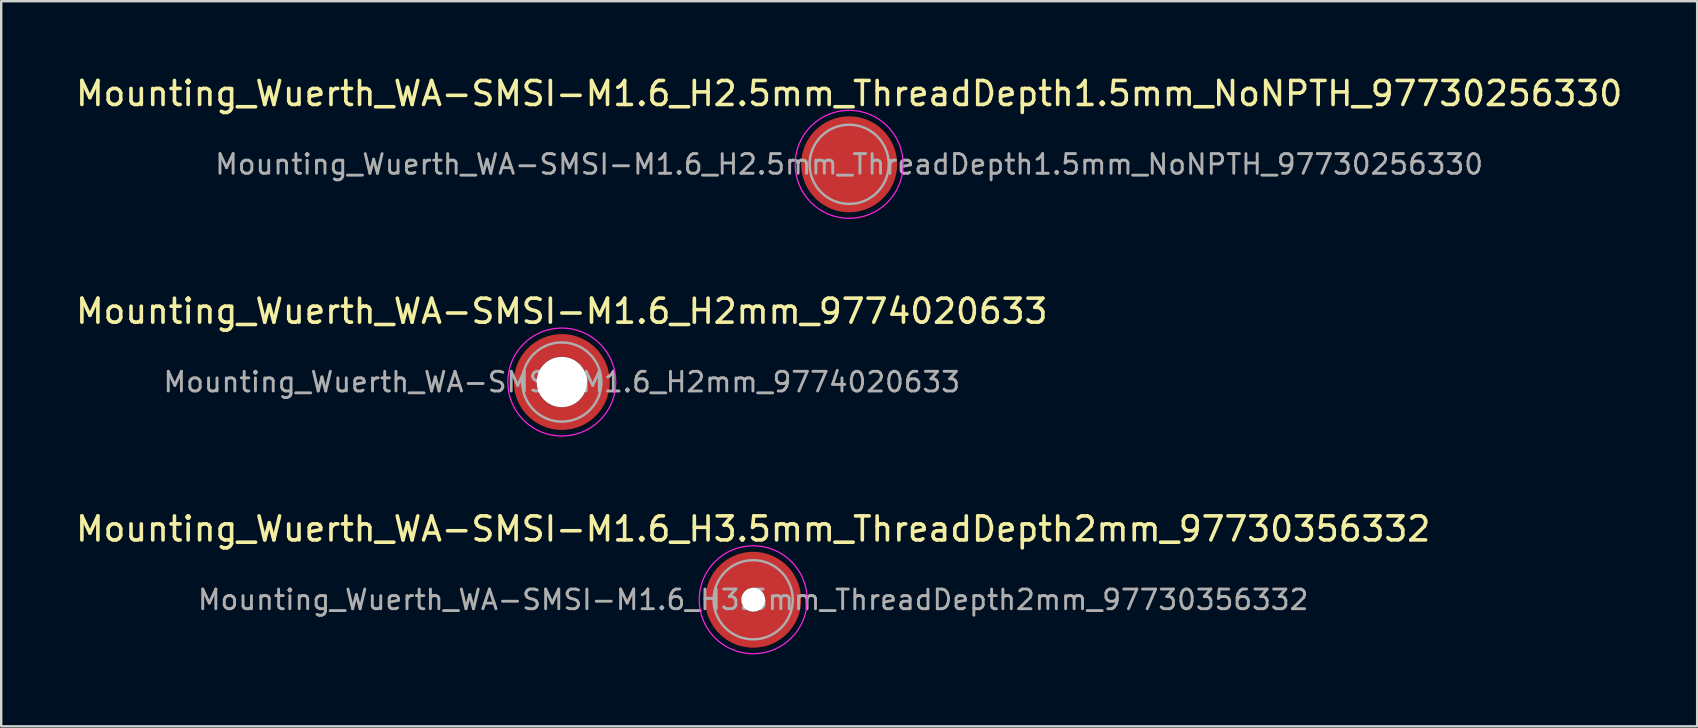
<source format=kicad_pcb>
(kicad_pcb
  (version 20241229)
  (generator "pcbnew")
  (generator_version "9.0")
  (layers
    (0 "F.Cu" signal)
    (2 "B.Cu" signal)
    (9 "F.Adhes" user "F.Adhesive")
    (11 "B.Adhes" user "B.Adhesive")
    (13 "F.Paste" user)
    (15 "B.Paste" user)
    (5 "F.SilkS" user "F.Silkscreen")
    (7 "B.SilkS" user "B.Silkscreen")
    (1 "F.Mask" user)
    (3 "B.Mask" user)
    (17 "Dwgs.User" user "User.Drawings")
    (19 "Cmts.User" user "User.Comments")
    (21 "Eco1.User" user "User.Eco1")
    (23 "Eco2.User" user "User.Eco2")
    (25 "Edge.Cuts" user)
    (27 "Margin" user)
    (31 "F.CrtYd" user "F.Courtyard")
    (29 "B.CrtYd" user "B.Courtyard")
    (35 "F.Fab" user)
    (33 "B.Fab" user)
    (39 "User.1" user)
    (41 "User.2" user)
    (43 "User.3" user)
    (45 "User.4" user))
  (footprint "Mounting_Wuerth_WA-SMSI-M1.6_H2mm_9774020633"
    (layer "F.Cu")
    (at 20.363 12.871)
    (property "Reference" "Mounting_Wuerth_WA-SMSI-M1.6_H2mm_9774020633" (at 0 -2.95 0) (layer "F.SilkS") (effects (font (size 1 1) (thickness 0.15))))
    (attr smd allow_soldermask_bridges)
    (fp_circle (center 0 0) (end 2.25 0) (stroke (width 0.05) (type solid)) (fill no) (layer "F.CrtYd"))
    (fp_circle (center 0 0) (end 1.65 0) (stroke (width 0.1) (type solid)) (fill no) (layer "F.Fab"))
    (fp_text user "${REFERENCE}" (at 0 0 0) (layer "F.Fab") (effects (font (size 0.82 0.82) (thickness 0.12))))
    (pad "" smd custom (at -1.061 -1.061) (size 0.4 0.4) (layers "F.Paste") (options (anchor circle)) (primitives (gr_arc (start -0.101235 0.76066) (mid 0.212132 0.212132) (end 0.76066 -0.101235) (width 0.2)) (gr_arc (start -0.204251 0.76066) (mid 0.141421 0.141421) (end 0.76066 -0.204251) (width 0.2)) (gr_arc (start -0.306819 0.76066) (mid 0.070711 0.070711) (end 0.76066 -0.306819) (width 0.2)) (gr_arc (start -0.409034 0.76066) (mid 0 0) (end 0.76066 -0.409034) (width 0.2)) (gr_arc (start -0.510963 0.76066) (mid -0.070711 -0.070711) (end 0.76066 -0.510963) (width 0.2)) (gr_arc (start -0.61266 0.76066) (mid -0.141421 -0.141421) (end 0.76066 -0.61266) (width 0.2)) (gr_arc (start -0.714164 0.76066) (mid -0.212132 -0.212132) (end 0.76066 -0.714164) (width 0.2)) (gr_line (start 0.761 -0.101) (end 0.761 -0.714) (width 0.2)) (gr_line (start -0.101 0.761) (end -0.714 0.761) (width 0.2))))
    (pad "" smd custom (at -1.061 1.061) (size 0.4 0.4) (layers "F.Paste") (options (anchor circle)) (primitives (gr_arc (start 0.76066 0.101235) (mid 0.212132 -0.212132) (end -0.101235 -0.76066) (width 0.2)) (gr_arc (start 0.76066 0.204251) (mid 0.141421 -0.141421) (end -0.204251 -0.76066) (width 0.2)) (gr_arc (start 0.76066 0.306819) (mid 0.070711 -0.070711) (end -0.306819 -0.76066) (width 0.2)) (gr_arc (start 0.76066 0.409034) (mid 0 0) (end -0.409034 -0.76066) (width 0.2)) (gr_arc (start 0.76066 0.510963) (mid -0.070711 0.070711) (end -0.510963 -0.76066) (width 0.2)) (gr_arc (start 0.76066 0.61266) (mid -0.141421 0.141421) (end -0.61266 -0.76066) (width 0.2)) (gr_arc (start 0.76066 0.714164) (mid -0.212132 0.212132) (end -0.714164 -0.76066) (width 0.2)) (gr_line (start -0.101 -0.761) (end -0.714 -0.761) (width 0.2)) (gr_line (start 0.761 0.101) (end 0.761 0.714) (width 0.2))))
    (pad "" np_thru_hole circle (at 0 0) (size 2.1 2.1) (drill 2.1) (layers "*.Cu" "*.Mask"))
    (pad "" smd custom (at 1.061 -1.061) (size 0.4 0.4) (layers "F.Paste") (options (anchor circle)) (primitives (gr_arc (start -0.76066 -0.101235) (mid -0.212132 0.212132) (end 0.101235 0.76066) (width 0.2)) (gr_arc (start -0.76066 -0.204251) (mid -0.141421 0.141421) (end 0.204251 0.76066) (width 0.2)) (gr_arc (start -0.76066 -0.306819) (mid -0.070711 0.070711) (end 0.306819 0.76066) (width 0.2)) (gr_arc (start -0.76066 -0.409034) (mid 0 0) (end 0.409034 0.76066) (width 0.2)) (gr_arc (start -0.76066 -0.510963) (mid 0.070711 -0.070711) (end 0.510963 0.76066) (width 0.2)) (gr_arc (start -0.76066 -0.61266) (mid 0.141421 -0.141421) (end 0.61266 0.76066) (width 0.2)) (gr_arc (start -0.76066 -0.714164) (mid 0.212132 -0.212132) (end 0.714164 0.76066) (width 0.2)) (gr_line (start 0.101 0.761) (end 0.714 0.761) (width 0.2)) (gr_line (start -0.761 -0.101) (end -0.761 -0.714) (width 0.2))))
    (pad "" smd custom (at 1.061 1.061) (size 0.4 0.4) (layers "F.Paste") (options (anchor circle)) (primitives (gr_arc (start 0.101235 -0.76066) (mid -0.212132 -0.212132) (end -0.76066 0.101235) (width 0.2)) (gr_arc (start 0.204251 -0.76066) (mid -0.141421 -0.141421) (end -0.76066 0.204251) (width 0.2)) (gr_arc (start 0.306819 -0.76066) (mid -0.070711 -0.070711) (end -0.76066 0.306819) (width 0.2)) (gr_arc (start 0.409034 -0.76066) (mid 0 0) (end -0.76066 0.409034) (width 0.2)) (gr_arc (start 0.510963 -0.76066) (mid 0.070711 0.070711) (end -0.76066 0.510963) (width 0.2)) (gr_arc (start 0.61266 -0.76066) (mid 0.141421 0.141421) (end -0.76066 0.61266) (width 0.2)) (gr_arc (start 0.714164 -0.76066) (mid 0.212132 0.212132) (end -0.76066 0.714164) (width 0.2)) (gr_line (start -0.761 0.101) (end -0.761 0.714) (width 0.2)) (gr_line (start 0.101 -0.761) (end 0.714 -0.761) (width 0.2))))
    (pad "1" smd circle (at -1.525 0) (size 0.442 0.442) (layers "F.Cu"))
    (pad "1" smd circle (at 0 -1.525) (size 0.442 0.442) (layers "F.Cu"))
    (pad "1" smd circle (at 0 1.525) (size 0.442 0.442) (layers "F.Cu"))
    (pad "1" smd custom (at 1.525 0) (size 0.95 0.95) (layers "F.Cu" "F.Mask") (options (anchor circle)) (primitives (gr_circle (center -1.525 0) (end 0 0) (width 0.95) (fill no)))))
  (footprint "Mounting_Wuerth_WA-SMSI-M1.6_H3.5mm_ThreadDepth2mm_97730356332"
    (layer "F.Cu")
    (at 28.339 21.945)
    (property "Reference" "Mounting_Wuerth_WA-SMSI-M1.6_H3.5mm_ThreadDepth2mm_97730356332" (at 0 -2.95 0) (layer "F.SilkS") (effects (font (size 1 1) (thickness 0.15))))
    (attr smd allow_soldermask_bridges)
    (fp_circle (center 0 0) (end 2.25 0) (stroke (width 0.05) (type solid)) (fill no) (layer "F.CrtYd"))
    (fp_circle (center 0 0) (end 1.65 0) (stroke (width 0.1) (type solid)) (fill no) (layer "F.Fab"))
    (fp_text user "${REFERENCE}" (at 0 0 0) (layer "F.Fab") (effects (font (size 0.82 0.82) (thickness 0.12))))
    (pad "" smd custom (at 0 -1.25) (size 0.65 0.65) (layers "F.Paste") (options (anchor circle)) (primitives (gr_arc (start -0.259808 0.6) (mid 0.392514 0.670403) (end 0.7 1.25) (width 0.2)) (gr_arc (start -0.466369 0.6) (mid 0.365311 0.538278) (end 0.8 1.25) (width 0.2)) (gr_arc (start -0.622495 0.6) (mid 0.35338 0.422279) (end 0.9 1.25) (width 0.2)) (gr_arc (start -0.759934 0.6) (mid 0.346458 0.311934) (end 1 1.25) (width 0.2)) (gr_arc (start -0.887412 0.6) (mid 0.341941 0.204497) (end 1.1 1.25) (width 0.2)) (gr_arc (start -1.008712 0.6) (mid 0.338781 0.098815) (end 1.2 1.25) (width 0.2)) (gr_arc (start -1.125833 0.6) (mid 0.336465 -0.005704) (end 1.3 1.25) (width 0.2)) (gr_arc (start -1.23996 0.6) (mid 0.334706 -0.109401) (end 1.4 1.25) (width 0.2)) (gr_arc (start -1.351851 0.6) (mid 0.333335 -0.212494) (end 1.5 1.25) (width 0.2)) (gr_arc (start -1.462019 0.6) (mid 0.332242 -0.315125) (end 1.6 1.25) (width 0.2)) (gr_arc (start -1.570828 0.6) (mid 0.331355 -0.417394) (end 1.7 1.25) (width 0.2)) (gr_arc (start -1.678541 0.6) (mid 0.330625 -0.519375) (end 1.8 1.25) (width 0.2)) (gr_line (start 0.7 1.25) (end 1.8 1.25) (width 0.2)) (gr_line (start -0.26 0.6) (end -1.679 0.6) (width 0.2))))
    (pad "" np_thru_hole circle (at 0 0) (size 1 1) (drill 1) (layers "*.Cu" "*.Mask"))
    (pad "" smd custom (at 0 1.25) (size 0.65 0.65) (layers "F.Paste") (options (anchor circle)) (primitives (gr_arc (start 0.259808 -0.6) (mid -0.392514 -0.670403) (end -0.7 -1.25) (width 0.2)) (gr_arc (start 0.466369 -0.6) (mid -0.365311 -0.538278) (end -0.8 -1.25) (width 0.2)) (gr_arc (start 0.622495 -0.6) (mid -0.35338 -0.422279) (end -0.9 -1.25) (width 0.2)) (gr_arc (start 0.759934 -0.6) (mid -0.346458 -0.311934) (end -1 -1.25) (width 0.2)) (gr_arc (start 0.887412 -0.6) (mid -0.341941 -0.204497) (end -1.1 -1.25) (width 0.2)) (gr_arc (start 1.008712 -0.6) (mid -0.338781 -0.098815) (end -1.2 -1.25) (width 0.2)) (gr_arc (start 1.125833 -0.6) (mid -0.336465 0.005704) (end -1.3 -1.25) (width 0.2)) (gr_arc (start 1.23996 -0.6) (mid -0.334706 0.109401) (end -1.4 -1.25) (width 0.2)) (gr_arc (start 1.351851 -0.6) (mid -0.333335 0.212494) (end -1.5 -1.25) (width 0.2)) (gr_arc (start 1.462019 -0.6) (mid -0.332242 0.315125) (end -1.6 -1.25) (width 0.2)) (gr_arc (start 1.570828 -0.6) (mid -0.331355 0.417394) (end -1.7 -1.25) (width 0.2)) (gr_arc (start 1.678541 -0.6) (mid -0.330625 0.519375) (end -1.8 -1.25) (width 0.2)) (gr_line (start -0.7 -1.25) (end -1.8 -1.25) (width 0.2)) (gr_line (start 0.26 -0.6) (end 1.679 -0.6) (width 0.2))))
    (pad "1" smd circle (at -1.25 0) (size 0.992 0.992) (layers "F.Cu"))
    (pad "1" smd circle (at 0 -1.25) (size 0.992 0.992) (layers "F.Cu"))
    (pad "1" smd circle (at 0 1.25) (size 0.992 0.992) (layers "F.Cu"))
    (pad "1" smd custom (at 1.25 0) (size 1.5 1.5) (layers "F.Cu" "F.Mask") (options (anchor circle)) (primitives (gr_circle (center -1.25 0) (end 0 0) (width 1.5) (fill no)))))
  (footprint "Mounting_Wuerth_WA-SMSI-M1.6_H2.5mm_ThreadDepth1.5mm_NoNPTH_97730256330"
    (layer "F.Cu")
    (at 32.339 3.798)
    (property "Reference" "Mounting_Wuerth_WA-SMSI-M1.6_H2.5mm_ThreadDepth1.5mm_NoNPTH_97730256330" (at 0 -2.95 0) (layer "F.SilkS") (effects (font (size 1 1) (thickness 0.15))))
    (attr smd allow_soldermask_bridges)
    (fp_circle (center 0 0) (end 2.25 0) (stroke (width 0.05) (type solid)) (fill no) (layer "F.CrtYd"))
    (fp_circle (center 0 0) (end 1.65 0) (stroke (width 0.1) (type solid)) (fill no) (layer "F.Fab"))
    (fp_text user "${REFERENCE}" (at 0 0 0) (layer "F.Fab") (effects (font (size 0.82 0.82) (thickness 0.12))))
    (pad "" smd custom (at -0.778 -0.778) (size 0.8 0.8) (layers "F.Paste") (options (anchor circle)) (primitives (gr_arc (start 0.465568 0.527817) (mid 0.494975 0.494975) (end 0.527817 0.465568) (width 0.2)) (gr_arc (start 0.344805 0.527817) (mid 0.424264 0.424264) (end 0.527817 0.344805) (width 0.2)) (gr_arc (start 0.232382 0.527817) (mid 0.353553 0.353553) (end 0.527817 0.232382) (width 0.2)) (gr_arc (start 0.123983 0.527817) (mid 0.282843 0.282843) (end 0.527817 0.123983) (width 0.2)) (gr_arc (start 0.017883 0.527817) (mid 0.212132 0.212132) (end 0.527817 0.017883) (width 0.2)) (gr_arc (start -0.086763 0.527817) (mid 0.141421 0.141421) (end 0.527817 -0.086763) (width 0.2)) (gr_arc (start -0.190428 0.527817) (mid 0.070711 0.070711) (end 0.527817 -0.190428) (width 0.2)) (gr_arc (start -0.293397 0.527817) (mid 0 0) (end 0.527817 -0.293397) (width 0.2)) (gr_arc (start -0.395852 0.527817) (mid -0.070711 -0.070711) (end 0.527817 -0.395852) (width 0.2)) (gr_arc (start -0.497918 0.527817) (mid -0.141421 -0.141421) (end 0.527817 -0.497918) (width 0.2)) (gr_arc (start -0.59968 0.527817) (mid -0.212132 -0.212132) (end 0.527817 -0.59968) (width 0.2)) (gr_arc (start -0.701202 0.527817) (mid -0.282843 -0.282843) (end 0.527817 -0.701202) (width 0.2)) (gr_arc (start -0.802531 0.527817) (mid -0.353553 -0.353553) (end 0.527817 -0.802531) (width 0.2)) (gr_arc (start -0.9037 0.527817) (mid -0.424264 -0.424264) (end 0.527817 -0.9037) (width 0.2)) (gr_arc (start -1.004737 0.527817) (mid -0.494975 -0.494975) (end 0.527817 -1.004737) (width 0.2)) (gr_line (start 0.528 0.466) (end 0.528 -1.005) (width 0.2)) (gr_line (start 0.466 0.528) (end -1.005 0.528) (width 0.2))))
    (pad "" smd custom (at -0.778 0.778) (size 0.8 0.8) (layers "F.Paste") (options (anchor circle)) (primitives (gr_arc (start 0.527817 -0.465568) (mid 0.494975 -0.494975) (end 0.465568 -0.527817) (width 0.2)) (gr_arc (start 0.527817 -0.344805) (mid 0.424264 -0.424264) (end 0.344805 -0.527817) (width 0.2)) (gr_arc (start 0.527817 -0.232382) (mid 0.353553 -0.353553) (end 0.232382 -0.527817) (width 0.2)) (gr_arc (start 0.527817 -0.123983) (mid 0.282843 -0.282843) (end 0.123983 -0.527817) (width 0.2)) (gr_arc (start 0.527817 -0.017883) (mid 0.212132 -0.212132) (end 0.017883 -0.527817) (width 0.2)) (gr_arc (start 0.527817 0.086763) (mid 0.141421 -0.141421) (end -0.086763 -0.527817) (width 0.2)) (gr_arc (start 0.527817 0.190428) (mid 0.070711 -0.070711) (end -0.190428 -0.527817) (width 0.2)) (gr_arc (start 0.527817 0.293397) (mid 0 0) (end -0.293397 -0.527817) (width 0.2)) (gr_arc (start 0.527817 0.395852) (mid -0.070711 0.070711) (end -0.395852 -0.527817) (width 0.2)) (gr_arc (start 0.527817 0.497918) (mid -0.141421 0.141421) (end -0.497918 -0.527817) (width 0.2)) (gr_arc (start 0.527817 0.59968) (mid -0.212132 0.212132) (end -0.59968 -0.527817) (width 0.2)) (gr_arc (start 0.527817 0.701202) (mid -0.282843 0.282843) (end -0.701202 -0.527817) (width 0.2)) (gr_arc (start 0.527817 0.802531) (mid -0.353553 0.353553) (end -0.802531 -0.527817) (width 0.2)) (gr_arc (start 0.527817 0.9037) (mid -0.424264 0.424264) (end -0.9037 -0.527817) (width 0.2)) (gr_arc (start 0.527817 1.004737) (mid -0.494975 0.494975) (end -1.004737 -0.527817) (width 0.2)) (gr_line (start 0.466 -0.528) (end -1.005 -0.528) (width 0.2)) (gr_line (start 0.528 -0.466) (end 0.528 1.005) (width 0.2))))
    (pad "" smd custom (at 0.778 -0.778) (size 0.8 0.8) (layers "F.Paste") (options (anchor circle)) (primitives (gr_arc (start -0.527817 0.465568) (mid -0.494975 0.494975) (end -0.465568 0.527817) (width 0.2)) (gr_arc (start -0.527817 0.344805) (mid -0.424264 0.424264) (end -0.344805 0.527817) (width 0.2)) (gr_arc (start -0.527817 0.232382) (mid -0.353553 0.353553) (end -0.232382 0.527817) (width 0.2)) (gr_arc (start -0.527817 0.123983) (mid -0.282843 0.282843) (end -0.123983 0.527817) (width 0.2)) (gr_arc (start -0.527817 0.017883) (mid -0.212132 0.212132) (end -0.017883 0.527817) (width 0.2)) (gr_arc (start -0.527817 -0.086763) (mid -0.141421 0.141421) (end 0.086763 0.527817) (width 0.2)) (gr_arc (start -0.527817 -0.190428) (mid -0.070711 0.070711) (end 0.190428 0.527817) (width 0.2)) (gr_arc (start -0.527817 -0.293397) (mid 0 0) (end 0.293397 0.527817) (width 0.2)) (gr_arc (start -0.527817 -0.395852) (mid 0.070711 -0.070711) (end 0.395852 0.527817) (width 0.2)) (gr_arc (start -0.527817 -0.497918) (mid 0.141421 -0.141421) (end 0.497918 0.527817) (width 0.2)) (gr_arc (start -0.527817 -0.59968) (mid 0.212132 -0.212132) (end 0.59968 0.527817) (width 0.2)) (gr_arc (start -0.527817 -0.701202) (mid 0.282843 -0.282843) (end 0.701202 0.527817) (width 0.2)) (gr_arc (start -0.527817 -0.802531) (mid 0.353553 -0.353553) (end 0.802531 0.527817) (width 0.2)) (gr_arc (start -0.527817 -0.9037) (mid 0.424264 -0.424264) (end 0.9037 0.527817) (width 0.2)) (gr_arc (start -0.527817 -1.004737) (mid 0.494975 -0.494975) (end 1.004737 0.527817) (width 0.2)) (gr_line (start -0.466 0.528) (end 1.005 0.528) (width 0.2)) (gr_line (start -0.528 0.466) (end -0.528 -1.005) (width 0.2))))
    (pad "" smd custom (at 0.778 0.778) (size 0.8 0.8) (layers "F.Paste") (options (anchor circle)) (primitives (gr_arc (start -0.465568 -0.527817) (mid -0.494975 -0.494975) (end -0.527817 -0.465568) (width 0.2)) (gr_arc (start -0.344805 -0.527817) (mid -0.424264 -0.424264) (end -0.527817 -0.344805) (width 0.2)) (gr_arc (start -0.232382 -0.527817) (mid -0.353553 -0.353553) (end -0.527817 -0.232382) (width 0.2)) (gr_arc (start -0.123983 -0.527817) (mid -0.282843 -0.282843) (end -0.527817 -0.123983) (width 0.2)) (gr_arc (start -0.017883 -0.527817) (mid -0.212132 -0.212132) (end -0.527817 -0.017883) (width 0.2)) (gr_arc (start 0.086763 -0.527817) (mid -0.141421 -0.141421) (end -0.527817 0.086763) (width 0.2)) (gr_arc (start 0.190428 -0.527817) (mid -0.070711 -0.070711) (end -0.527817 0.190428) (width 0.2)) (gr_arc (start 0.293397 -0.527817) (mid 0 0) (end -0.527817 0.293397) (width 0.2)) (gr_arc (start 0.395852 -0.527817) (mid 0.070711 0.070711) (end -0.527817 0.395852) (width 0.2)) (gr_arc (start 0.497918 -0.527817) (mid 0.141421 0.141421) (end -0.527817 0.497918) (width 0.2)) (gr_arc (start 0.59968 -0.527817) (mid 0.212132 0.212132) (end -0.527817 0.59968) (width 0.2)) (gr_arc (start 0.701202 -0.527817) (mid 0.282843 0.282843) (end -0.527817 0.701202) (width 0.2)) (gr_arc (start 0.802531 -0.527817) (mid 0.353553 0.353553) (end -0.527817 0.802531) (width 0.2)) (gr_arc (start 0.9037 -0.527817) (mid 0.424264 0.424264) (end -0.527817 0.9037) (width 0.2)) (gr_arc (start 1.004737 -0.527817) (mid 0.494975 0.494975) (end -0.527817 1.004737) (width 0.2)) (gr_line (start -0.528 -0.466) (end -0.528 1.005) (width 0.2)) (gr_line (start -0.466 -0.528) (end 1.005 -0.528) (width 0.2))))
    (pad "1" smd circle (at 0 0) (size 4 4) (layers "F.Cu" "F.Mask")))
  (gr_rect
    (start -3 -3)
    (end 67.679 27.22)
    (stroke (width 0.1) (type default))
    (fill no)
    (layer "Edge.Cuts")))
</source>
